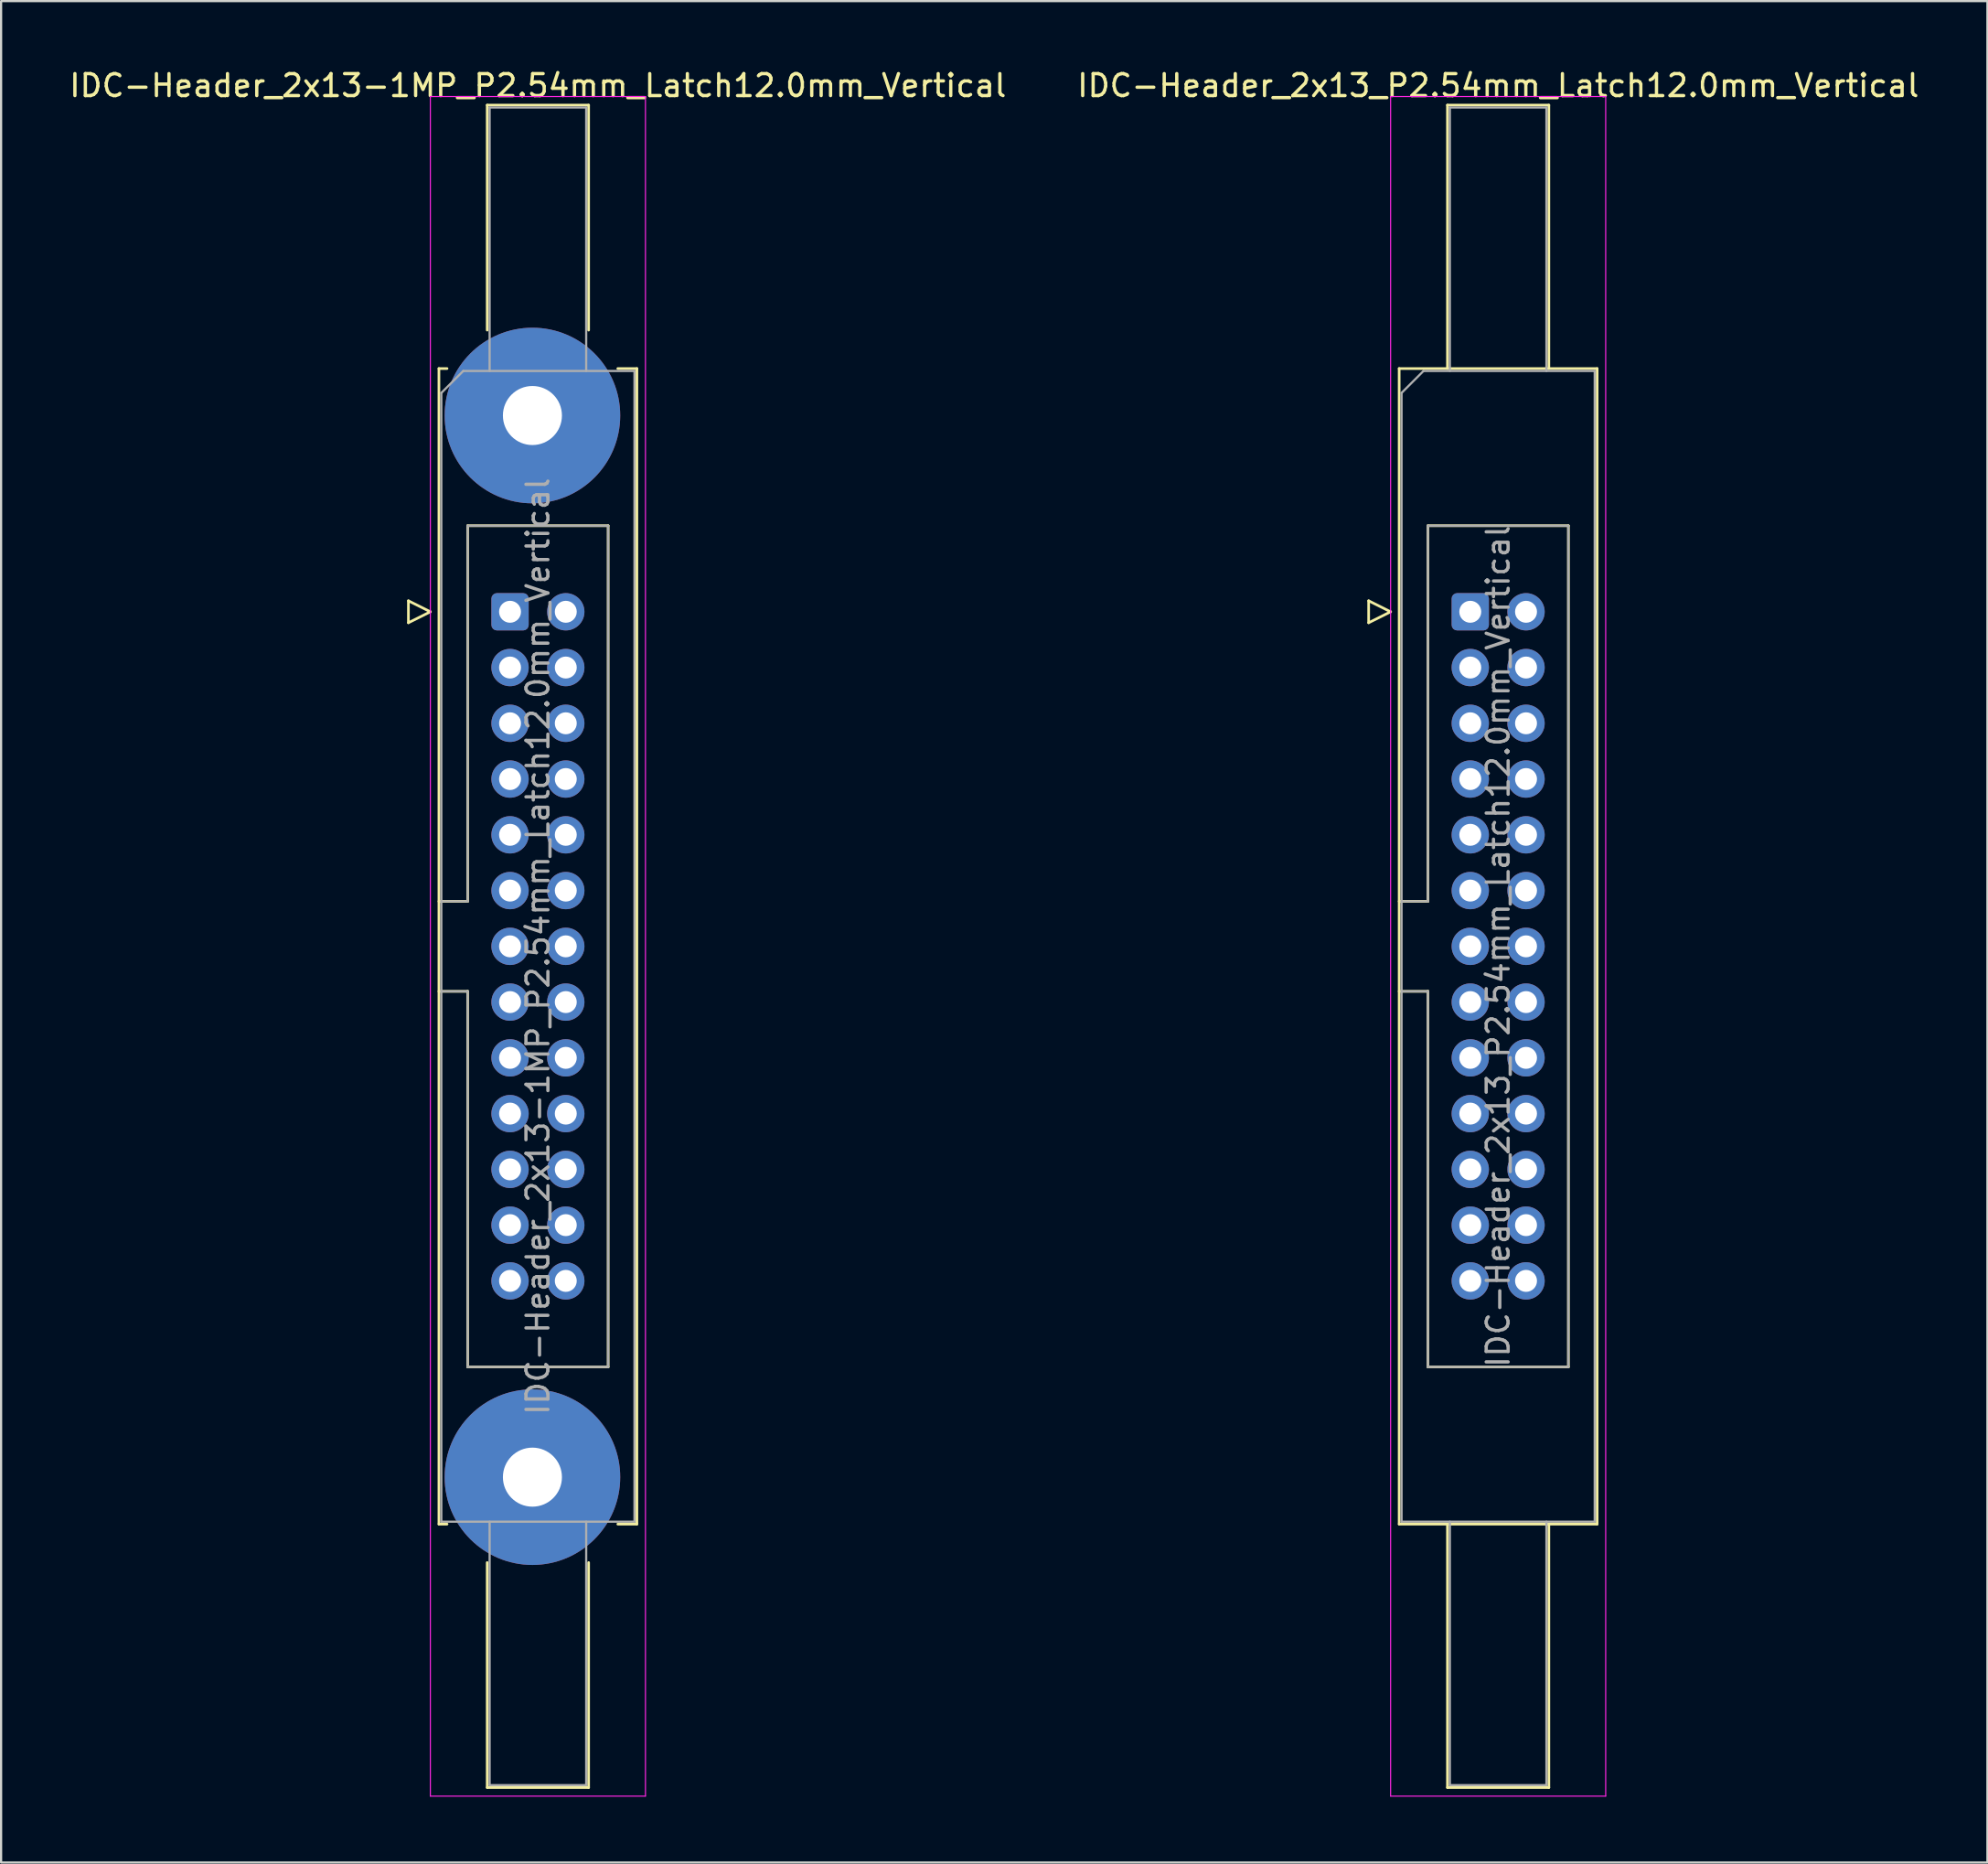
<source format=kicad_pcb>
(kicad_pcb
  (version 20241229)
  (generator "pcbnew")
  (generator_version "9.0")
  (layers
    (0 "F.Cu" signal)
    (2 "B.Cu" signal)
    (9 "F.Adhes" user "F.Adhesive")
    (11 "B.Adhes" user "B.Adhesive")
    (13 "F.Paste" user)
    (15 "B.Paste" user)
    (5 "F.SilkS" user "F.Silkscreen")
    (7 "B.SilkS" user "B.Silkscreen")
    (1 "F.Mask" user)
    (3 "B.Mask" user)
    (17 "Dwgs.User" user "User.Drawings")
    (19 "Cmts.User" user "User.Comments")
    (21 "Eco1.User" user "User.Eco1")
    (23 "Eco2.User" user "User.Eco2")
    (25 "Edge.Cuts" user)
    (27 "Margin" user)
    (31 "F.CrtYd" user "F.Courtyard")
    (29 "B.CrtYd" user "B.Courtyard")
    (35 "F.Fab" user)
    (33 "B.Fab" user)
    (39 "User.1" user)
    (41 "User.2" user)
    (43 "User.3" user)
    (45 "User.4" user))
  (footprint "IDC-Header_2x13-1MP_P2.54mm_Latch12.0mm_Vertical"
    (layer "F.Cu")
    (at 20.188 24.818)
    (property "Reference" "IDC-Header_2x13-1MP_P2.54mm_Latch12.0mm_Vertical" (at 1.27 -23.97 0) (layer "F.SilkS") (effects (font (size 1 1) (thickness 0.15))))
    (attr through_hole)
    (fp_line (start -4.63 -0.5) (end -4.63 0.5) (stroke (width 0.12) (type solid)) (layer "F.SilkS"))
    (fp_line (start -4.63 0.5) (end -3.63 0) (stroke (width 0.12) (type solid)) (layer "F.SilkS"))
    (fp_line (start -3.63 0) (end -4.63 -0.5) (stroke (width 0.12) (type solid)) (layer "F.SilkS"))
    (fp_line (start -3.24 -11.08) (end -3.24 41.56) (stroke (width 0.12) (type solid)) (layer "F.SilkS"))
    (fp_line (start -3.24 13.19) (end -1.93 13.19) (stroke (width 0.12) (type solid)) (layer "F.SilkS"))
    (fp_line (start -3.24 41.56) (end -2.87 41.56) (stroke (width 0.12) (type solid)) (layer "F.SilkS"))
    (fp_line (start -2.87 -11.08) (end -3.24 -11.08) (stroke (width 0.12) (type solid)) (layer "F.SilkS"))
    (fp_line (start -1.93 -3.92) (end 4.47 -3.92) (stroke (width 0.12) (type solid)) (layer "F.SilkS"))
    (fp_line (start -1.93 13.19) (end -1.93 -3.92) (stroke (width 0.12) (type solid)) (layer "F.SilkS"))
    (fp_line (start -1.93 17.29) (end -3.24 17.29) (stroke (width 0.12) (type solid)) (layer "F.SilkS"))
    (fp_line (start -1.93 17.29) (end -1.93 17.29) (stroke (width 0.12) (type solid)) (layer "F.SilkS"))
    (fp_line (start -1.93 34.4) (end -1.93 17.29) (stroke (width 0.12) (type solid)) (layer "F.SilkS"))
    (fp_line (start -1.04 -23.08) (end 3.58 -23.08) (stroke (width 0.12) (type solid)) (layer "F.SilkS"))
    (fp_line (start -1.04 -12.83) (end -1.04 -23.08) (stroke (width 0.12) (type solid)) (layer "F.SilkS"))
    (fp_line (start -1.04 43.31) (end -1.04 53.56) (stroke (width 0.12) (type solid)) (layer "F.SilkS"))
    (fp_line (start -1.04 53.56) (end 3.58 53.56) (stroke (width 0.12) (type solid)) (layer "F.SilkS"))
    (fp_line (start 3.58 -23.08) (end 3.58 -12.83) (stroke (width 0.12) (type solid)) (layer "F.SilkS"))
    (fp_line (start 3.58 53.56) (end 3.58 43.31) (stroke (width 0.12) (type solid)) (layer "F.SilkS"))
    (fp_line (start 4.47 -3.92) (end 4.47 34.4) (stroke (width 0.12) (type solid)) (layer "F.SilkS"))
    (fp_line (start 4.47 34.4) (end -1.93 34.4) (stroke (width 0.12) (type solid)) (layer "F.SilkS"))
    (fp_line (start 4.91 -11.08) (end 5.78 -11.08) (stroke (width 0.12) (type solid)) (layer "F.SilkS"))
    (fp_line (start 5.78 -11.08) (end 5.78 41.56) (stroke (width 0.12) (type solid)) (layer "F.SilkS"))
    (fp_line (start 5.78 41.56) (end 4.91 41.56) (stroke (width 0.12) (type solid)) (layer "F.SilkS"))
    (fp_line (start -3.63 -23.47) (end -3.63 53.95) (stroke (width 0.05) (type solid)) (layer "F.CrtYd"))
    (fp_line (start -3.63 53.95) (end 6.17 53.95) (stroke (width 0.05) (type solid)) (layer "F.CrtYd"))
    (fp_line (start 6.17 -23.47) (end -3.63 -23.47) (stroke (width 0.05) (type solid)) (layer "F.CrtYd"))
    (fp_line (start 6.17 53.95) (end 6.17 -23.47) (stroke (width 0.05) (type solid)) (layer "F.CrtYd"))
    (fp_line (start -3.13 -9.97) (end -2.13 -10.97) (stroke (width 0.1) (type solid)) (layer "F.Fab"))
    (fp_line (start -3.13 13.19) (end -1.93 13.19) (stroke (width 0.1) (type solid)) (layer "F.Fab"))
    (fp_line (start -3.13 41.45) (end -3.13 -9.97) (stroke (width 0.1) (type solid)) (layer "F.Fab"))
    (fp_line (start -2.13 -10.97) (end 5.67 -10.97) (stroke (width 0.1) (type solid)) (layer "F.Fab"))
    (fp_line (start -1.93 -3.92) (end 4.47 -3.92) (stroke (width 0.1) (type solid)) (layer "F.Fab"))
    (fp_line (start -1.93 13.19) (end -1.93 -3.92) (stroke (width 0.1) (type solid)) (layer "F.Fab"))
    (fp_line (start -1.93 17.29) (end -3.13 17.29) (stroke (width 0.1) (type solid)) (layer "F.Fab"))
    (fp_line (start -1.93 17.29) (end -1.93 17.29) (stroke (width 0.1) (type solid)) (layer "F.Fab"))
    (fp_line (start -1.93 34.4) (end -1.93 17.29) (stroke (width 0.1) (type solid)) (layer "F.Fab"))
    (fp_line (start -0.93 -22.97) (end 3.47 -22.97) (stroke (width 0.1) (type solid)) (layer "F.Fab"))
    (fp_line (start -0.93 -10.97) (end -0.93 -22.97) (stroke (width 0.1) (type solid)) (layer "F.Fab"))
    (fp_line (start -0.93 41.45) (end -0.93 53.45) (stroke (width 0.1) (type solid)) (layer "F.Fab"))
    (fp_line (start -0.93 53.45) (end 3.47 53.45) (stroke (width 0.1) (type solid)) (layer "F.Fab"))
    (fp_line (start 3.47 -22.97) (end 3.47 -10.97) (stroke (width 0.1) (type solid)) (layer "F.Fab"))
    (fp_line (start 3.47 53.45) (end 3.47 41.45) (stroke (width 0.1) (type solid)) (layer "F.Fab"))
    (fp_line (start 4.47 -3.92) (end 4.47 34.4) (stroke (width 0.1) (type solid)) (layer "F.Fab"))
    (fp_line (start 4.47 34.4) (end -1.93 34.4) (stroke (width 0.1) (type solid)) (layer "F.Fab"))
    (fp_line (start 5.67 -10.97) (end 5.67 41.45) (stroke (width 0.1) (type solid)) (layer "F.Fab"))
    (fp_line (start 5.67 41.45) (end -3.13 41.45) (stroke (width 0.1) (type solid)) (layer "F.Fab"))
    (fp_text user "${REFERENCE}" (at 1.27 15.24 90) (layer "F.Fab") (effects (font (size 1 1) (thickness 0.15))))
    (pad "1" thru_hole roundrect (at 0 0) (size 1.7 1.7) (drill 1) (layers "*.Cu" "*.Mask") (roundrect_rratio 0.147))
    (pad "2" thru_hole circle (at 2.54 0) (size 1.7 1.7) (drill 1) (layers "*.Cu" "*.Mask"))
    (pad "3" thru_hole circle (at 0 2.54) (size 1.7 1.7) (drill 1) (layers "*.Cu" "*.Mask"))
    (pad "4" thru_hole circle (at 2.54 2.54) (size 1.7 1.7) (drill 1) (layers "*.Cu" "*.Mask"))
    (pad "5" thru_hole circle (at 0 5.08) (size 1.7 1.7) (drill 1) (layers "*.Cu" "*.Mask"))
    (pad "6" thru_hole circle (at 2.54 5.08) (size 1.7 1.7) (drill 1) (layers "*.Cu" "*.Mask"))
    (pad "7" thru_hole circle (at 0 7.62) (size 1.7 1.7) (drill 1) (layers "*.Cu" "*.Mask"))
    (pad "8" thru_hole circle (at 2.54 7.62) (size 1.7 1.7) (drill 1) (layers "*.Cu" "*.Mask"))
    (pad "9" thru_hole circle (at 0 10.16) (size 1.7 1.7) (drill 1) (layers "*.Cu" "*.Mask"))
    (pad "10" thru_hole circle (at 2.54 10.16) (size 1.7 1.7) (drill 1) (layers "*.Cu" "*.Mask"))
    (pad "11" thru_hole circle (at 0 12.7) (size 1.7 1.7) (drill 1) (layers "*.Cu" "*.Mask"))
    (pad "12" thru_hole circle (at 2.54 12.7) (size 1.7 1.7) (drill 1) (layers "*.Cu" "*.Mask"))
    (pad "13" thru_hole circle (at 0 15.24) (size 1.7 1.7) (drill 1) (layers "*.Cu" "*.Mask"))
    (pad "14" thru_hole circle (at 2.54 15.24) (size 1.7 1.7) (drill 1) (layers "*.Cu" "*.Mask"))
    (pad "15" thru_hole circle (at 0 17.78) (size 1.7 1.7) (drill 1) (layers "*.Cu" "*.Mask"))
    (pad "16" thru_hole circle (at 2.54 17.78) (size 1.7 1.7) (drill 1) (layers "*.Cu" "*.Mask"))
    (pad "17" thru_hole circle (at 0 20.32) (size 1.7 1.7) (drill 1) (layers "*.Cu" "*.Mask"))
    (pad "18" thru_hole circle (at 2.54 20.32) (size 1.7 1.7) (drill 1) (layers "*.Cu" "*.Mask"))
    (pad "19" thru_hole circle (at 0 22.86) (size 1.7 1.7) (drill 1) (layers "*.Cu" "*.Mask"))
    (pad "20" thru_hole circle (at 2.54 22.86) (size 1.7 1.7) (drill 1) (layers "*.Cu" "*.Mask"))
    (pad "21" thru_hole circle (at 0 25.4) (size 1.7 1.7) (drill 1) (layers "*.Cu" "*.Mask"))
    (pad "22" thru_hole circle (at 2.54 25.4) (size 1.7 1.7) (drill 1) (layers "*.Cu" "*.Mask"))
    (pad "23" thru_hole circle (at 0 27.94) (size 1.7 1.7) (drill 1) (layers "*.Cu" "*.Mask"))
    (pad "24" thru_hole circle (at 2.54 27.94) (size 1.7 1.7) (drill 1) (layers "*.Cu" "*.Mask"))
    (pad "25" thru_hole circle (at 0 30.48) (size 1.7 1.7) (drill 1) (layers "*.Cu" "*.Mask"))
    (pad "26" thru_hole circle (at 2.54 30.48) (size 1.7 1.7) (drill 1) (layers "*.Cu" "*.Mask"))
    (pad "MP" thru_hole circle (at 1.02 -8.94) (size 8 8) (drill 2.69) (layers "*.Cu" "*.Mask"))
    (pad "MP" thru_hole circle (at 1.02 39.42) (size 8 8) (drill 2.69) (layers "*.Cu" "*.Mask")))
  (footprint "IDC-Header_2x13_P2.54mm_Latch12.0mm_Vertical"
    (layer "F.Cu")
    (at 63.938 24.818)
    (property "Reference" "IDC-Header_2x13_P2.54mm_Latch12.0mm_Vertical" (at 1.27 -23.97 0) (layer "F.SilkS") (effects (font (size 1 1) (thickness 0.15))))
    (attr through_hole)
    (fp_line (start -4.63 -0.5) (end -4.63 0.5) (stroke (width 0.12) (type solid)) (layer "F.SilkS"))
    (fp_line (start -4.63 0.5) (end -3.63 0) (stroke (width 0.12) (type solid)) (layer "F.SilkS"))
    (fp_line (start -3.63 0) (end -4.63 -0.5) (stroke (width 0.12) (type solid)) (layer "F.SilkS"))
    (fp_line (start -3.24 -11.08) (end 5.78 -11.08) (stroke (width 0.12) (type solid)) (layer "F.SilkS"))
    (fp_line (start -3.24 13.19) (end -1.93 13.19) (stroke (width 0.12) (type solid)) (layer "F.SilkS"))
    (fp_line (start -3.24 41.56) (end -3.24 -11.08) (stroke (width 0.12) (type solid)) (layer "F.SilkS"))
    (fp_line (start -1.93 -3.92) (end 4.47 -3.92) (stroke (width 0.12) (type solid)) (layer "F.SilkS"))
    (fp_line (start -1.93 13.19) (end -1.93 -3.92) (stroke (width 0.12) (type solid)) (layer "F.SilkS"))
    (fp_line (start -1.93 17.29) (end -3.24 17.29) (stroke (width 0.12) (type solid)) (layer "F.SilkS"))
    (fp_line (start -1.93 17.29) (end -1.93 17.29) (stroke (width 0.12) (type solid)) (layer "F.SilkS"))
    (fp_line (start -1.93 34.4) (end -1.93 17.29) (stroke (width 0.12) (type solid)) (layer "F.SilkS"))
    (fp_line (start -1.04 -23.08) (end 3.58 -23.08) (stroke (width 0.12) (type solid)) (layer "F.SilkS"))
    (fp_line (start -1.04 -11.08) (end -1.04 -23.08) (stroke (width 0.12) (type solid)) (layer "F.SilkS"))
    (fp_line (start -1.04 41.56) (end -1.04 53.56) (stroke (width 0.12) (type solid)) (layer "F.SilkS"))
    (fp_line (start -1.04 53.56) (end 3.58 53.56) (stroke (width 0.12) (type solid)) (layer "F.SilkS"))
    (fp_line (start 3.58 -23.08) (end 3.58 -11.08) (stroke (width 0.12) (type solid)) (layer "F.SilkS"))
    (fp_line (start 3.58 53.56) (end 3.58 41.56) (stroke (width 0.12) (type solid)) (layer "F.SilkS"))
    (fp_line (start 4.47 -3.92) (end 4.47 34.4) (stroke (width 0.12) (type solid)) (layer "F.SilkS"))
    (fp_line (start 4.47 34.4) (end -1.93 34.4) (stroke (width 0.12) (type solid)) (layer "F.SilkS"))
    (fp_line (start 5.78 -11.08) (end 5.78 41.56) (stroke (width 0.12) (type solid)) (layer "F.SilkS"))
    (fp_line (start 5.78 41.56) (end -3.24 41.56) (stroke (width 0.12) (type solid)) (layer "F.SilkS"))
    (fp_line (start -3.63 -23.47) (end -3.63 53.95) (stroke (width 0.05) (type solid)) (layer "F.CrtYd"))
    (fp_line (start -3.63 53.95) (end 6.17 53.95) (stroke (width 0.05) (type solid)) (layer "F.CrtYd"))
    (fp_line (start 6.17 -23.47) (end -3.63 -23.47) (stroke (width 0.05) (type solid)) (layer "F.CrtYd"))
    (fp_line (start 6.17 53.95) (end 6.17 -23.47) (stroke (width 0.05) (type solid)) (layer "F.CrtYd"))
    (fp_line (start -3.13 -9.97) (end -2.13 -10.97) (stroke (width 0.1) (type solid)) (layer "F.Fab"))
    (fp_line (start -3.13 13.19) (end -1.93 13.19) (stroke (width 0.1) (type solid)) (layer "F.Fab"))
    (fp_line (start -3.13 41.45) (end -3.13 -9.97) (stroke (width 0.1) (type solid)) (layer "F.Fab"))
    (fp_line (start -2.13 -10.97) (end 5.67 -10.97) (stroke (width 0.1) (type solid)) (layer "F.Fab"))
    (fp_line (start -1.93 -3.92) (end 4.47 -3.92) (stroke (width 0.1) (type solid)) (layer "F.Fab"))
    (fp_line (start -1.93 13.19) (end -1.93 -3.92) (stroke (width 0.1) (type solid)) (layer "F.Fab"))
    (fp_line (start -1.93 17.29) (end -3.13 17.29) (stroke (width 0.1) (type solid)) (layer "F.Fab"))
    (fp_line (start -1.93 17.29) (end -1.93 17.29) (stroke (width 0.1) (type solid)) (layer "F.Fab"))
    (fp_line (start -1.93 34.4) (end -1.93 17.29) (stroke (width 0.1) (type solid)) (layer "F.Fab"))
    (fp_line (start -0.93 -22.97) (end 3.47 -22.97) (stroke (width 0.1) (type solid)) (layer "F.Fab"))
    (fp_line (start -0.93 -10.97) (end -0.93 -22.97) (stroke (width 0.1) (type solid)) (layer "F.Fab"))
    (fp_line (start -0.93 41.45) (end -0.93 53.45) (stroke (width 0.1) (type solid)) (layer "F.Fab"))
    (fp_line (start -0.93 53.45) (end 3.47 53.45) (stroke (width 0.1) (type solid)) (layer "F.Fab"))
    (fp_line (start 3.47 -22.97) (end 3.47 -10.97) (stroke (width 0.1) (type solid)) (layer "F.Fab"))
    (fp_line (start 3.47 53.45) (end 3.47 41.45) (stroke (width 0.1) (type solid)) (layer "F.Fab"))
    (fp_line (start 4.47 -3.92) (end 4.47 34.4) (stroke (width 0.1) (type solid)) (layer "F.Fab"))
    (fp_line (start 4.47 34.4) (end -1.93 34.4) (stroke (width 0.1) (type solid)) (layer "F.Fab"))
    (fp_line (start 5.67 -10.97) (end 5.67 41.45) (stroke (width 0.1) (type solid)) (layer "F.Fab"))
    (fp_line (start 5.67 41.45) (end -3.13 41.45) (stroke (width 0.1) (type solid)) (layer "F.Fab"))
    (fp_text user "${REFERENCE}" (at 1.27 15.24 90) (layer "F.Fab") (effects (font (size 1 1) (thickness 0.15))))
    (pad "1" thru_hole roundrect (at 0 0) (size 1.7 1.7) (drill 1) (layers "*.Cu" "*.Mask") (roundrect_rratio 0.147))
    (pad "2" thru_hole circle (at 2.54 0) (size 1.7 1.7) (drill 1) (layers "*.Cu" "*.Mask"))
    (pad "3" thru_hole circle (at 0 2.54) (size 1.7 1.7) (drill 1) (layers "*.Cu" "*.Mask"))
    (pad "4" thru_hole circle (at 2.54 2.54) (size 1.7 1.7) (drill 1) (layers "*.Cu" "*.Mask"))
    (pad "5" thru_hole circle (at 0 5.08) (size 1.7 1.7) (drill 1) (layers "*.Cu" "*.Mask"))
    (pad "6" thru_hole circle (at 2.54 5.08) (size 1.7 1.7) (drill 1) (layers "*.Cu" "*.Mask"))
    (pad "7" thru_hole circle (at 0 7.62) (size 1.7 1.7) (drill 1) (layers "*.Cu" "*.Mask"))
    (pad "8" thru_hole circle (at 2.54 7.62) (size 1.7 1.7) (drill 1) (layers "*.Cu" "*.Mask"))
    (pad "9" thru_hole circle (at 0 10.16) (size 1.7 1.7) (drill 1) (layers "*.Cu" "*.Mask"))
    (pad "10" thru_hole circle (at 2.54 10.16) (size 1.7 1.7) (drill 1) (layers "*.Cu" "*.Mask"))
    (pad "11" thru_hole circle (at 0 12.7) (size 1.7 1.7) (drill 1) (layers "*.Cu" "*.Mask"))
    (pad "12" thru_hole circle (at 2.54 12.7) (size 1.7 1.7) (drill 1) (layers "*.Cu" "*.Mask"))
    (pad "13" thru_hole circle (at 0 15.24) (size 1.7 1.7) (drill 1) (layers "*.Cu" "*.Mask"))
    (pad "14" thru_hole circle (at 2.54 15.24) (size 1.7 1.7) (drill 1) (layers "*.Cu" "*.Mask"))
    (pad "15" thru_hole circle (at 0 17.78) (size 1.7 1.7) (drill 1) (layers "*.Cu" "*.Mask"))
    (pad "16" thru_hole circle (at 2.54 17.78) (size 1.7 1.7) (drill 1) (layers "*.Cu" "*.Mask"))
    (pad "17" thru_hole circle (at 0 20.32) (size 1.7 1.7) (drill 1) (layers "*.Cu" "*.Mask"))
    (pad "18" thru_hole circle (at 2.54 20.32) (size 1.7 1.7) (drill 1) (layers "*.Cu" "*.Mask"))
    (pad "19" thru_hole circle (at 0 22.86) (size 1.7 1.7) (drill 1) (layers "*.Cu" "*.Mask"))
    (pad "20" thru_hole circle (at 2.54 22.86) (size 1.7 1.7) (drill 1) (layers "*.Cu" "*.Mask"))
    (pad "21" thru_hole circle (at 0 25.4) (size 1.7 1.7) (drill 1) (layers "*.Cu" "*.Mask"))
    (pad "22" thru_hole circle (at 2.54 25.4) (size 1.7 1.7) (drill 1) (layers "*.Cu" "*.Mask"))
    (pad "23" thru_hole circle (at 0 27.94) (size 1.7 1.7) (drill 1) (layers "*.Cu" "*.Mask"))
    (pad "24" thru_hole circle (at 2.54 27.94) (size 1.7 1.7) (drill 1) (layers "*.Cu" "*.Mask"))
    (pad "25" thru_hole circle (at 0 30.48) (size 1.7 1.7) (drill 1) (layers "*.Cu" "*.Mask"))
    (pad "26" thru_hole circle (at 2.54 30.48) (size 1.7 1.7) (drill 1) (layers "*.Cu" "*.Mask")))
  (gr_rect
    (start -3 -3)
    (end 87.5 81.793)
    (stroke (width 0.1) (type default))
    (fill no)
    (layer "Edge.Cuts")))
</source>
